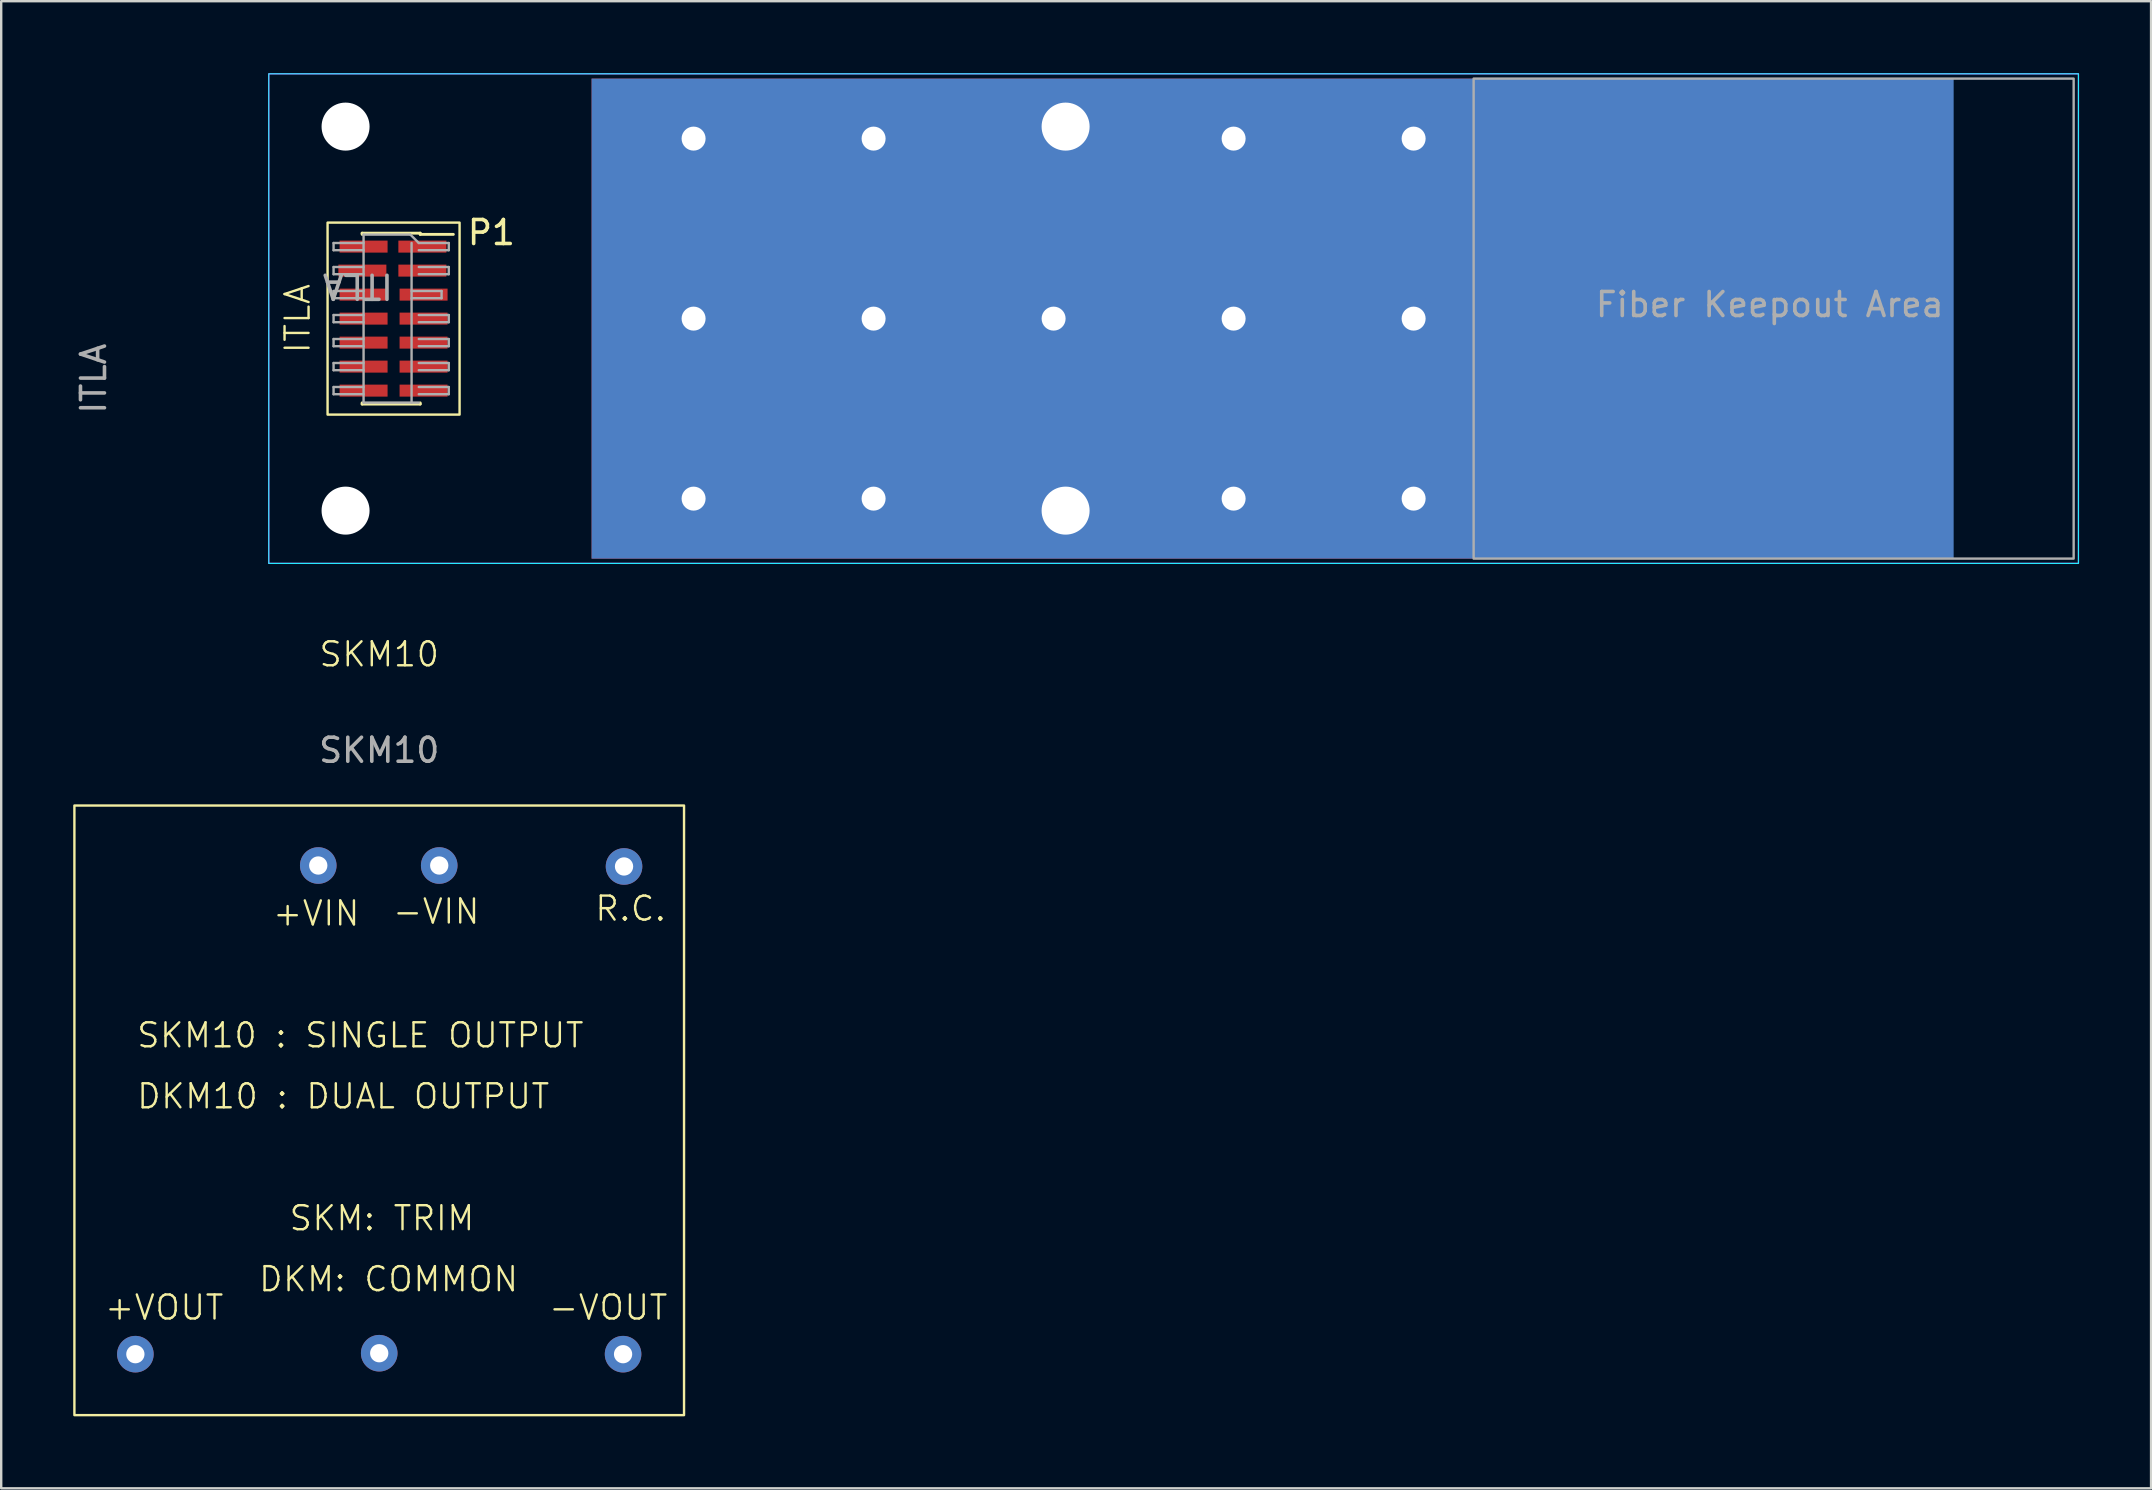
<source format=kicad_pcb>
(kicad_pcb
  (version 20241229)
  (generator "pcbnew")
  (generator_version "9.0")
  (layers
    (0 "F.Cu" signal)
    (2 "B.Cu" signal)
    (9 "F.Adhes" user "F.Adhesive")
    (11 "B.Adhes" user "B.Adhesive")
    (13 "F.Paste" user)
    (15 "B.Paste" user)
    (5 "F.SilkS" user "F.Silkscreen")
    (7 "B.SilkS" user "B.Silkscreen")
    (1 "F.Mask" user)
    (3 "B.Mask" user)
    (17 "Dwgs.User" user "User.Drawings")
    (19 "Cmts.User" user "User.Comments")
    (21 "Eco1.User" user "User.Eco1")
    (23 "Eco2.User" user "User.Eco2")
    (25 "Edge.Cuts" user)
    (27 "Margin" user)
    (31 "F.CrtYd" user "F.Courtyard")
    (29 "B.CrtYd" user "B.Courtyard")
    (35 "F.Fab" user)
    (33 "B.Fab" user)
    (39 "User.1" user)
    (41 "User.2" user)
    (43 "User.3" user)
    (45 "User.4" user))
  (footprint "ITLA"
    (layer "F.Cu")
    (at 13.348 10.225)
    (property "Reference" "ITLA" (at -4 0 90) (unlocked yes) (layer "F.SilkS") (effects (font (size 1 1) (thickness 0.1))))
    (attr smd)
    (fp_line (start -1.31 -3.56) (end -1.31 -3.51) (stroke (width 0.12) (type solid)) (layer "F.SilkS"))
    (fp_line (start -1.31 3.51) (end -1.31 3.56) (stroke (width 0.12) (type solid)) (layer "F.SilkS"))
    (fp_line (start 1.11 -3.56) (end -1.31 -3.56) (stroke (width 0.12) (type solid)) (layer "F.SilkS"))
    (fp_line (start 1.11 -3.56) (end 1.11 -3.51) (stroke (width 0.12) (type solid)) (layer "F.SilkS"))
    (fp_line (start 1.11 3.51) (end 1.11 3.56) (stroke (width 0.12) (type solid)) (layer "F.SilkS"))
    (fp_line (start 1.11 3.56) (end -1.31 3.56) (stroke (width 0.12) (type solid)) (layer "F.SilkS"))
    (fp_line (start 2.49 -3.51) (end 1.11 -3.51) (stroke (width 0.12) (type solid)) (layer "F.SilkS"))
    (fp_rect (start -2.75 -4) (end 2.75 4) (stroke (width 0.1) (type default)) (fill no) (layer "F.SilkS"))
    (fp_rect (start -5.2 -10.2) (end 70.2 10.2) (stroke (width 0.05) (type default)) (fill no) (layer "B.CrtYd"))
    (fp_rect (start -5.2 -10.2) (end 70.2 10.2) (stroke (width 0.05) (type default)) (fill no) (layer "F.CrtYd"))
    (fp_line (start -2.5 -3.15) (end -2.5 -2.85) (stroke (width 0.1) (type solid)) (layer "F.Fab"))
    (fp_line (start -2.5 -2.85) (end -1.25 -2.85) (stroke (width 0.1) (type solid)) (layer "F.Fab"))
    (fp_line (start -2.5 -2.15) (end -2.5 -1.85) (stroke (width 0.1) (type solid)) (layer "F.Fab"))
    (fp_line (start -2.5 -1.85) (end -1.25 -1.85) (stroke (width 0.1) (type solid)) (layer "F.Fab"))
    (fp_line (start -2.5 -1.15) (end -2.5 -0.85) (stroke (width 0.1) (type solid)) (layer "F.Fab"))
    (fp_line (start -2.5 -0.85) (end -1.25 -0.85) (stroke (width 0.1) (type solid)) (layer "F.Fab"))
    (fp_line (start -2.5 -0.15) (end -2.5 0.15) (stroke (width 0.1) (type solid)) (layer "F.Fab"))
    (fp_line (start -2.5 0.15) (end -1.25 0.15) (stroke (width 0.1) (type solid)) (layer "F.Fab"))
    (fp_line (start -2.5 0.85) (end -2.5 1.15) (stroke (width 0.1) (type solid)) (layer "F.Fab"))
    (fp_line (start -2.5 1.15) (end -1.25 1.15) (stroke (width 0.1) (type solid)) (layer "F.Fab"))
    (fp_line (start -2.5 1.85) (end -2.5 2.15) (stroke (width 0.1) (type solid)) (layer "F.Fab"))
    (fp_line (start -2.5 2.15) (end -1.25 2.15) (stroke (width 0.1) (type solid)) (layer "F.Fab"))
    (fp_line (start -2.5 2.85) (end -2.5 3.15) (stroke (width 0.1) (type solid)) (layer "F.Fab"))
    (fp_line (start -2.5 3.15) (end -1.25 3.15) (stroke (width 0.1) (type solid)) (layer "F.Fab"))
    (fp_line (start -1.25 -3.5) (end -1.25 3.5) (stroke (width 0.1) (type solid)) (layer "F.Fab"))
    (fp_line (start -1.25 -3.15) (end -2.5 -3.15) (stroke (width 0.1) (type solid)) (layer "F.Fab"))
    (fp_line (start -1.25 -2.15) (end -2.5 -2.15) (stroke (width 0.1) (type solid)) (layer "F.Fab"))
    (fp_line (start -1.25 -1.15) (end -2.5 -1.15) (stroke (width 0.1) (type solid)) (layer "F.Fab"))
    (fp_line (start -1.25 -0.15) (end -2.5 -0.15) (stroke (width 0.1) (type solid)) (layer "F.Fab"))
    (fp_line (start -1.25 0.85) (end -2.5 0.85) (stroke (width 0.1) (type solid)) (layer "F.Fab"))
    (fp_line (start -1.25 1.85) (end -2.5 1.85) (stroke (width 0.1) (type solid)) (layer "F.Fab"))
    (fp_line (start -1.25 2.85) (end -2.5 2.85) (stroke (width 0.1) (type solid)) (layer "F.Fab"))
    (fp_line (start -1.25 3.5) (end 1.05 3.5) (stroke (width 0.1) (type solid)) (layer "F.Fab"))
    (fp_line (start 0.7 -3.5) (end -1.25 -3.5) (stroke (width 0.1) (type solid)) (layer "F.Fab"))
    (fp_line (start 0.75 -1.15) (end 2 -1.15) (stroke (width 0.1) (type solid)) (layer "F.Fab"))
    (fp_line (start 0.75 3.5) (end 0.75 -3.15) (stroke (width 0.1) (type solid)) (layer "F.Fab"))
    (fp_line (start 1.05 -3.15) (end 0.7 -3.5) (stroke (width 0.1) (type solid)) (layer "F.Fab"))
    (fp_line (start 1.05 -3.15) (end 2.3 -3.15) (stroke (width 0.1) (type solid)) (layer "F.Fab"))
    (fp_line (start 1.05 -2.15) (end 2.3 -2.15) (stroke (width 0.1) (type solid)) (layer "F.Fab"))
    (fp_line (start 1.05 -0.15) (end 2.3 -0.15) (stroke (width 0.1) (type solid)) (layer "F.Fab"))
    (fp_line (start 1.05 0.85) (end 2.3 0.85) (stroke (width 0.1) (type solid)) (layer "F.Fab"))
    (fp_line (start 1.05 1.85) (end 2.3 1.85) (stroke (width 0.1) (type solid)) (layer "F.Fab"))
    (fp_line (start 1.05 2.85) (end 2.3 2.85) (stroke (width 0.1) (type solid)) (layer "F.Fab"))
    (fp_line (start 2 -1.15) (end 2 -0.85) (stroke (width 0.1) (type solid)) (layer "F.Fab"))
    (fp_line (start 2 -0.85) (end 0.75 -0.85) (stroke (width 0.1) (type solid)) (layer "F.Fab"))
    (fp_line (start 2.3 -3.15) (end 2.3 -2.85) (stroke (width 0.1) (type solid)) (layer "F.Fab"))
    (fp_line (start 2.3 -2.85) (end 1.05 -2.85) (stroke (width 0.1) (type solid)) (layer "F.Fab"))
    (fp_line (start 2.3 -2.15) (end 2.3 -1.85) (stroke (width 0.1) (type solid)) (layer "F.Fab"))
    (fp_line (start 2.3 -1.85) (end 1.05 -1.85) (stroke (width 0.1) (type solid)) (layer "F.Fab"))
    (fp_line (start 2.3 -0.15) (end 2.3 0.15) (stroke (width 0.1) (type solid)) (layer "F.Fab"))
    (fp_line (start 2.3 0.15) (end 1.05 0.15) (stroke (width 0.1) (type solid)) (layer "F.Fab"))
    (fp_line (start 2.3 0.85) (end 2.3 1.15) (stroke (width 0.1) (type solid)) (layer "F.Fab"))
    (fp_line (start 2.3 1.15) (end 1.05 1.15) (stroke (width 0.1) (type solid)) (layer "F.Fab"))
    (fp_line (start 2.3 1.85) (end 2.3 2.15) (stroke (width 0.1) (type solid)) (layer "F.Fab"))
    (fp_line (start 2.3 2.15) (end 1.05 2.15) (stroke (width 0.1) (type solid)) (layer "F.Fab"))
    (fp_line (start 2.3 2.85) (end 2.3 3.15) (stroke (width 0.1) (type solid)) (layer "F.Fab"))
    (fp_line (start 2.3 3.15) (end 1.05 3.15) (stroke (width 0.1) (type solid)) (layer "F.Fab"))
    (fp_rect (start 45 -10) (end 70 10) (stroke (width 0.1) (type default)) (fill no) (layer "F.Fab"))
    (fp_text user "P1" (at 3 -3 0) (unlocked yes) (layer "F.SilkS") (effects (font (size 1 1) (thickness 0.15)) (justify left bottom)))
    (fp_text user "Fiber Keepout Area" (at 50 0 0) (unlocked yes) (layer "F.Fab") (effects (font (size 1 1) (thickness 0.15)) (justify left bottom)))
    (fp_text user "${REFERENCE}" (at -12.5 2.5 90) (layer "F.Fab") (effects (font (size 1 1) (thickness 0.15))))
    (fp_text user "${REFERENCE}" (at -1.49 -1.35 180) (unlocked yes) (layer "F.Fab") (effects (font (size 1 1) (thickness 0.15))))
    (pad "" np_thru_hole circle (at -2 -8) (size 2 2) (drill 2) (layers "*.Cu" "*.Mask"))
    (pad "" np_thru_hole circle (at -2 8) (size 2 2) (drill 2) (layers "*.Cu" "*.Mask"))
    (pad "" np_thru_hole circle (at 28 -8) (size 2 2) (drill 2) (layers "*.Cu" "*.Mask"))
    (pad "" np_thru_hole circle (at 28 8) (size 2 2) (drill 2) (layers "*.Cu" "*.Mask"))
    (pad "1" smd rect (at 1.2 -3 180) (size 2 0.5) (layers "F.Cu" "F.Mask" "F.Paste"))
    (pad "2" smd rect (at -1.25 -3 180) (size 2 0.5) (layers "F.Cu" "F.Mask" "F.Paste"))
    (pad "3" smd rect (at 1.2 -2 180) (size 2 0.5) (layers "F.Cu" "F.Mask" "F.Paste"))
    (pad "4" smd rect (at -1.3 -2 180) (size 2 0.5) (layers "F.Cu" "F.Mask" "F.Paste"))
    (pad "5" smd rect (at 1.25 -1 180) (size 2 0.5) (layers "F.Cu" "F.Mask" "F.Paste"))
    (pad "6" smd rect (at -1.25 -1 180) (size 2 0.5) (layers "F.Cu" "F.Mask" "F.Paste"))
    (pad "7" smd rect (at 1.25 0 180) (size 2 0.5) (layers "F.Cu" "F.Mask" "F.Paste"))
    (pad "8" smd rect (at -1.25 0 180) (size 2 0.5) (layers "F.Cu" "F.Mask" "F.Paste"))
    (pad "9" smd rect (at 1.25 1 180) (size 2 0.5) (layers "F.Cu" "F.Mask" "F.Paste"))
    (pad "10" smd rect (at -1.25 1 180) (size 2 0.5) (layers "F.Cu" "F.Mask" "F.Paste"))
    (pad "11" smd rect (at 1.25 2 180) (size 2 0.5) (layers "F.Cu" "F.Mask" "F.Paste"))
    (pad "12" smd rect (at -1.25 2 180) (size 2 0.5) (layers "F.Cu" "F.Mask" "F.Paste"))
    (pad "13" smd rect (at 1.25 3 180) (size 2 0.5) (layers "F.Cu" "F.Mask" "F.Paste"))
    (pad "14" smd rect (at -1.25 3 180) (size 2 0.5) (layers "F.Cu" "F.Mask" "F.Paste"))
    (pad "HEATSINK" thru_hole circle (at 12.5 -7.5) (size 2 2) (drill 1) (layers "*.Cu"))
    (pad "HEATSINK" thru_hole circle (at 12.5 0) (size 2 2) (drill 1) (layers "*.Cu"))
    (pad "HEATSINK" thru_hole circle (at 12.5 7.5) (size 2 2) (drill 1) (layers "*.Cu"))
    (pad "HEATSINK" thru_hole circle (at 20 -7.5) (size 2 2) (drill 1) (layers "*.Cu"))
    (pad "HEATSINK" thru_hole circle (at 20 0) (size 2 2) (drill 1) (layers "*.Cu"))
    (pad "HEATSINK" thru_hole circle (at 20 7.5) (size 2 2) (drill 1) (layers "*.Cu"))
    (pad "HEATSINK" smd rect (at 26.625 0) (size 36.75 20) (layers "F.Cu" "F.Mask" "F.Paste"))
    (pad "HEATSINK" thru_hole circle (at 27.5 0) (size 2 2) (drill 1) (layers "*.Cu"))
    (pad "HEATSINK" thru_hole circle (at 35 -7.5) (size 2 2) (drill 1) (layers "*.Cu"))
    (pad "HEATSINK" thru_hole circle (at 35 0) (size 2 2) (drill 1) (layers "*.Cu"))
    (pad "HEATSINK" thru_hole circle (at 35 7.5) (size 2 2) (drill 1) (layers "*.Cu"))
    (pad "HEATSINK" smd rect (at 36.625 0) (size 56.75 20) (layers "B.Cu"))
    (pad "HEATSINK" thru_hole circle (at 42.5 -7.5) (size 2 2) (drill 1) (layers "*.Cu"))
    (pad "HEATSINK" thru_hole circle (at 42.5 0) (size 2 2) (drill 1) (layers "*.Cu"))
    (pad "HEATSINK" thru_hole circle (at 42.5 7.5) (size 2 2) (drill 1) (layers "*.Cu")))
  (footprint "SKM10"
    (layer "F.Cu")
    (at 12.75 30.511)
    (property "Reference" "SKM10" (at 0 -6.3 0) (unlocked yes) (layer "F.SilkS") (effects (font (size 1 1) (thickness 0.1))))
    (attr through_hole)
    (fp_rect (start -12.7 0) (end 12.7 25.4) (stroke (width 0.1) (type default)) (fill no) (layer "F.SilkS"))
    (fp_text user "R.C." (at 8.93 4.88 0) (unlocked yes) (layer "F.SilkS") (effects (font (size 1 1) (thickness 0.1)) (justify left bottom)))
    (fp_text user "-VIN" (at 0.5 5 0) (unlocked yes) (layer "F.SilkS") (effects (font (size 1 1) (thickness 0.1)) (justify left bottom)))
    (fp_text user "+VOUT" (at -11.5 21.5 0) (unlocked yes) (layer "F.SilkS") (effects (font (size 1 1) (thickness 0.1)) (justify left bottom)))
    (fp_text user "+VIN" (at -4.5 5.08 0) (unlocked yes) (layer "F.SilkS") (effects (font (size 1 1) (thickness 0.1)) (justify left bottom)))
    (fp_text user "-VOUT" (at 7 21.5 0) (unlocked yes) (layer "F.SilkS") (effects (font (size 1 1) (thickness 0.1)) (justify left bottom)))
    (fp_text user "SKM10 : SINGLE OUTPUT" (at -10.16 10.16 0) (unlocked yes) (layer "F.SilkS") (effects (font (size 1 1) (thickness 0.1)) (justify left bottom)))
    (fp_text user "DKM: COMMON" (at -5.08 20.32 0) (unlocked yes) (layer "F.SilkS") (effects (font (size 1 1) (thickness 0.1)) (justify left bottom)))
    (fp_text user "SKM: TRIM" (at -3.81 17.78 0) (unlocked yes) (layer "F.SilkS") (effects (font (size 1 1) (thickness 0.1)) (justify left bottom)))
    (fp_text user "DKM10 : DUAL OUTPUT" (at -10.16 12.7 0) (unlocked yes) (layer "F.SilkS") (effects (font (size 1 1) (thickness 0.1)) (justify left bottom)))
    (fp_text user "${REFERENCE}" (at 0 -2.3 0) (unlocked yes) (layer "F.Fab") (effects (font (size 1 1) (thickness 0.15))))
    (pad "1" thru_hole circle (at -2.54 2.5) (size 1.524 1.524) (drill 0.762) (layers "*.Cu" "*.Mask"))
    (pad "2" thru_hole circle (at 2.5 2.5) (size 1.524 1.524) (drill 0.762) (layers "*.Cu" "*.Mask"))
    (pad "3" thru_hole circle (at -10.16 22.86) (size 1.524 1.524) (drill 0.762) (layers "*.Cu" "*.Mask"))
    (pad "4" thru_hole circle (at 0 22.82) (size 1.524 1.524) (drill 0.762) (layers "*.Cu" "*.Mask"))
    (pad "5" thru_hole circle (at 10.16 22.86) (size 1.524 1.524) (drill 0.762) (layers "*.Cu" "*.Mask"))
    (pad "6" thru_hole circle (at 10.2 2.54) (size 1.524 1.524) (drill 0.762) (layers "*.Cu" "*.Mask")))
  (gr_rect
    (start -3 -3)
    (end 86.573 58.961)
    (stroke (width 0.1) (type default))
    (fill no)
    (layer "Edge.Cuts")))
</source>
